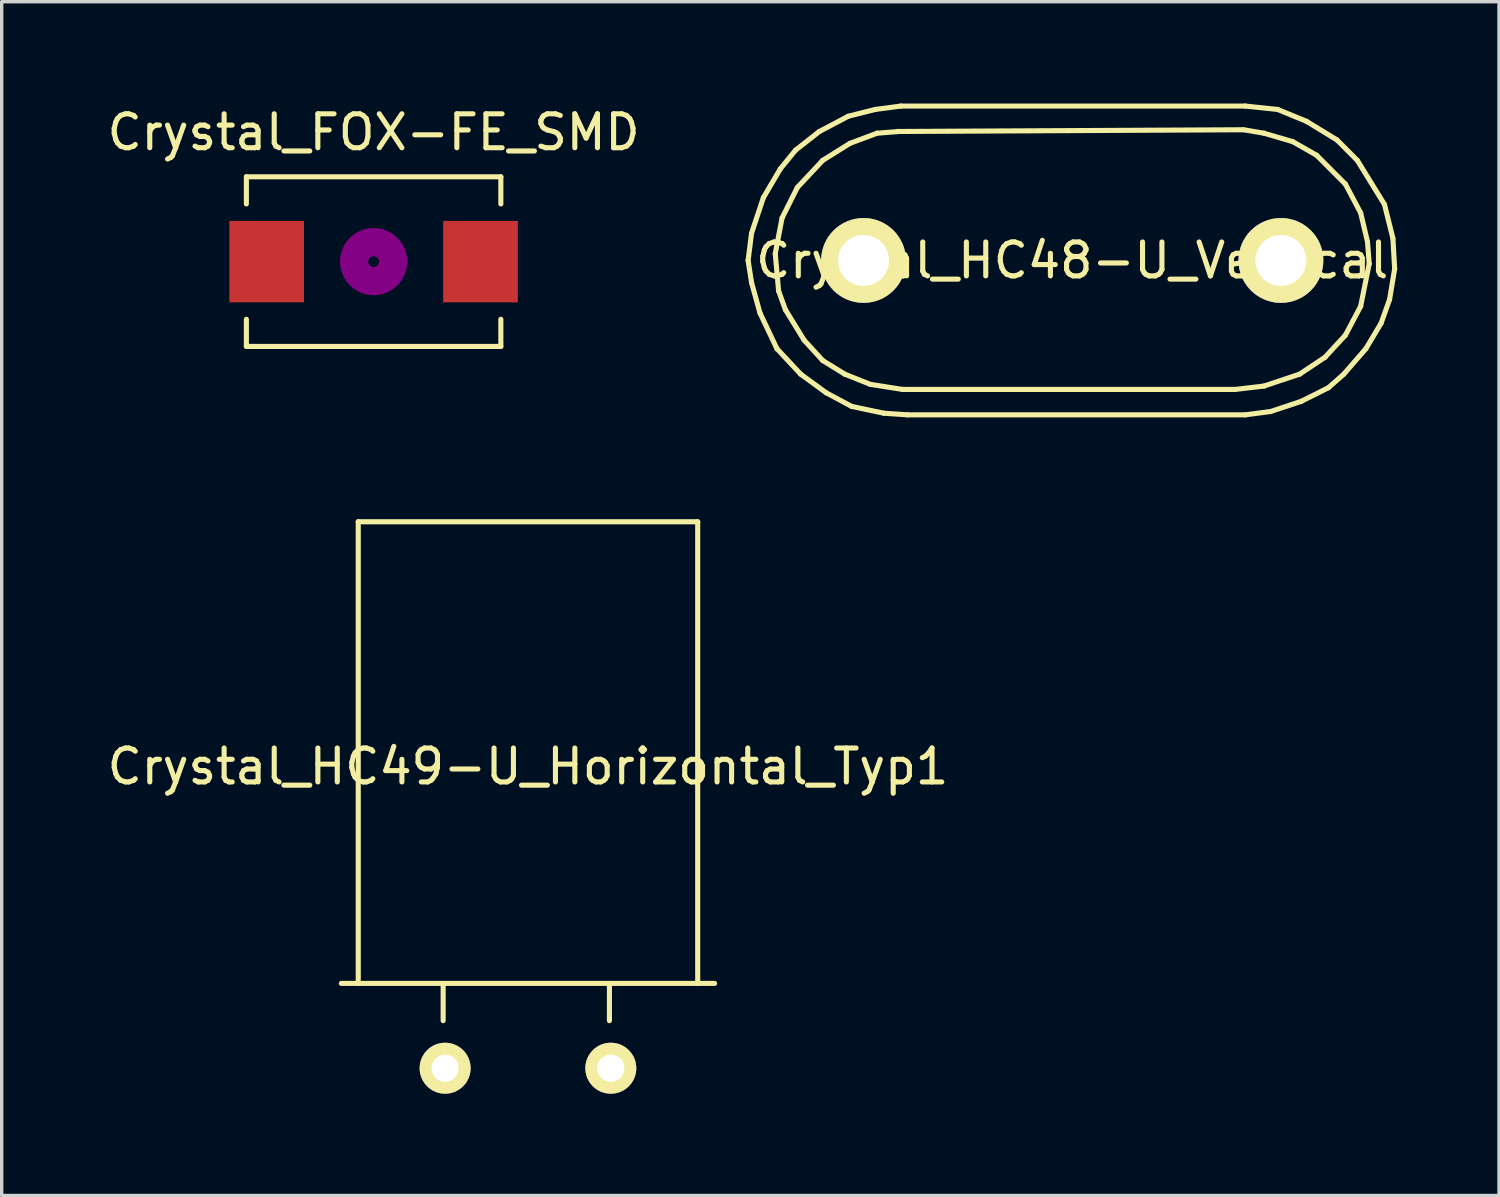
<source format=kicad_pcb>
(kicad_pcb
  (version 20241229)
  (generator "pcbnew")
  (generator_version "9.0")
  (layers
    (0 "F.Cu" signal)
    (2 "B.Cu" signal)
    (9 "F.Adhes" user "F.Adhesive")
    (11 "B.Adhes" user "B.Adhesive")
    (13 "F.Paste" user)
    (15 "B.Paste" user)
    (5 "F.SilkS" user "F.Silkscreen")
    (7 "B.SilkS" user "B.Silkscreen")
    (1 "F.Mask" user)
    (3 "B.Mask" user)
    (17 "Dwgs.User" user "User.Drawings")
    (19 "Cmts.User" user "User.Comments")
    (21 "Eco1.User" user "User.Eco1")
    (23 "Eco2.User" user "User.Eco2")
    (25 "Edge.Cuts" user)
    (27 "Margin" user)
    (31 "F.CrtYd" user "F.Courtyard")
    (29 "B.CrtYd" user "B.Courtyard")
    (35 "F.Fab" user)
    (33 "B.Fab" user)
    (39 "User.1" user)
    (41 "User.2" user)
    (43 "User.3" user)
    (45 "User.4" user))
  (footprint "Crystal_HC48-U_Vertical"
    (layer "F.Cu")
    (at 28.542 4.624)
    (property "Reference" "Crystal_HC48-U_Vertical" (at 0 0 0) (layer "F.SilkS") (effects (font (size 1 1) (thickness 0.15))))
    (attr through_hole)
    (fp_line (start -9.55 0) (end -9.449 -0.8) (stroke (width 0.15) (type solid)) (layer "F.SilkS"))
    (fp_line (start -9.449 -0.8) (end -9.101 -1.849) (stroke (width 0.15) (type solid)) (layer "F.SilkS"))
    (fp_line (start -9.449 0.65) (end -9.55 0) (stroke (width 0.15) (type solid)) (layer "F.SilkS"))
    (fp_line (start -9.2 1.549) (end -9.449 0.65) (stroke (width 0.15) (type solid)) (layer "F.SilkS"))
    (fp_line (start -9.101 -1.849) (end -8.6 -2.7) (stroke (width 0.15) (type solid)) (layer "F.SilkS"))
    (fp_line (start -8.75 -0.201) (end -8.55 -1.25) (stroke (width 0.15) (type solid)) (layer "F.SilkS"))
    (fp_line (start -8.7 2.601) (end -9.2 1.549) (stroke (width 0.15) (type solid)) (layer "F.SilkS"))
    (fp_line (start -8.651 0.899) (end -8.75 -0.201) (stroke (width 0.15) (type solid)) (layer "F.SilkS"))
    (fp_line (start -8.6 -2.7) (end -8.151 -3.251) (stroke (width 0.15) (type solid)) (layer "F.SilkS"))
    (fp_line (start -8.55 -1.25) (end -8.1 -2.149) (stroke (width 0.15) (type solid)) (layer "F.SilkS"))
    (fp_line (start -8.451 1.45) (end -8.651 0.899) (stroke (width 0.15) (type solid)) (layer "F.SilkS"))
    (fp_line (start -8.151 -3.251) (end -7.45 -3.8) (stroke (width 0.15) (type solid)) (layer "F.SilkS"))
    (fp_line (start -8.1 -2.149) (end -7.351 -2.949) (stroke (width 0.15) (type solid)) (layer "F.SilkS"))
    (fp_line (start -8.001 3.35) (end -8.7 2.601) (stroke (width 0.15) (type solid)) (layer "F.SilkS"))
    (fp_line (start -7.899 2.349) (end -8.451 1.45) (stroke (width 0.15) (type solid)) (layer "F.SilkS"))
    (fp_line (start -7.45 -3.8) (end -6.599 -4.249) (stroke (width 0.15) (type solid)) (layer "F.SilkS"))
    (fp_line (start -7.351 -2.949) (end -6.551 -3.449) (stroke (width 0.15) (type solid)) (layer "F.SilkS"))
    (fp_line (start -7.351 2.949) (end -7.899 2.349) (stroke (width 0.15) (type solid)) (layer "F.SilkS"))
    (fp_line (start -7.249 3.899) (end -8.001 3.35) (stroke (width 0.15) (type solid)) (layer "F.SilkS"))
    (fp_line (start -6.701 3.35) (end -7.351 2.949) (stroke (width 0.15) (type solid)) (layer "F.SilkS"))
    (fp_line (start -6.599 -4.249) (end -5.799 -4.45) (stroke (width 0.15) (type solid)) (layer "F.SilkS"))
    (fp_line (start -6.551 -3.449) (end -5.751 -3.749) (stroke (width 0.15) (type solid)) (layer "F.SilkS"))
    (fp_line (start -6.5 4.3) (end -7.249 3.899) (stroke (width 0.15) (type solid)) (layer "F.SilkS"))
    (fp_line (start -5.951 3.65) (end -6.701 3.35) (stroke (width 0.15) (type solid)) (layer "F.SilkS"))
    (fp_line (start -5.799 -4.45) (end -5.05 -4.549) (stroke (width 0.15) (type solid)) (layer "F.SilkS"))
    (fp_line (start -5.751 -3.749) (end -5.1 -3.8) (stroke (width 0.15) (type solid)) (layer "F.SilkS"))
    (fp_line (start -5.55 4.501) (end -6.5 4.3) (stroke (width 0.15) (type solid)) (layer "F.SilkS"))
    (fp_line (start -5.151 -3.8) (end 5.05 -3.851) (stroke (width 0.15) (type solid)) (layer "F.SilkS"))
    (fp_line (start -5.05 -4.549) (end 5.1 -4.549) (stroke (width 0.15) (type solid)) (layer "F.SilkS"))
    (fp_line (start -5.001 3.8) (end -5.951 3.65) (stroke (width 0.15) (type solid)) (layer "F.SilkS"))
    (fp_line (start -4.849 4.549) (end -5.55 4.501) (stroke (width 0.15) (type solid)) (layer "F.SilkS"))
    (fp_line (start 4.801 3.8) (end -5.001 3.8) (stroke (width 0.15) (type solid)) (layer "F.SilkS"))
    (fp_line (start 5.05 -3.851) (end 5.649 -3.749) (stroke (width 0.15) (type solid)) (layer "F.SilkS"))
    (fp_line (start 5.1 -4.549) (end 6.05 -4.45) (stroke (width 0.15) (type solid)) (layer "F.SilkS"))
    (fp_line (start 5.1 4.549) (end -4.849 4.549) (stroke (width 0.15) (type solid)) (layer "F.SilkS"))
    (fp_line (start 5.649 -3.749) (end 6.5 -3.5) (stroke (width 0.15) (type solid)) (layer "F.SilkS"))
    (fp_line (start 5.649 3.701) (end 4.801 3.8) (stroke (width 0.15) (type solid)) (layer "F.SilkS"))
    (fp_line (start 5.85 4.45) (end 5.1 4.549) (stroke (width 0.15) (type solid)) (layer "F.SilkS"))
    (fp_line (start 6.05 -4.45) (end 6.901 -4.1) (stroke (width 0.15) (type solid)) (layer "F.SilkS"))
    (fp_line (start 6.5 -3.5) (end 7.201 -3.099) (stroke (width 0.15) (type solid)) (layer "F.SilkS"))
    (fp_line (start 6.701 3.35) (end 5.649 3.701) (stroke (width 0.15) (type solid)) (layer "F.SilkS"))
    (fp_line (start 6.749 4.15) (end 5.85 4.45) (stroke (width 0.15) (type solid)) (layer "F.SilkS"))
    (fp_line (start 6.901 -4.1) (end 7.8 -3.551) (stroke (width 0.15) (type solid)) (layer "F.SilkS"))
    (fp_line (start 7.201 -3.099) (end 8.049 -2.25) (stroke (width 0.15) (type solid)) (layer "F.SilkS"))
    (fp_line (start 7.45 2.85) (end 6.701 3.35) (stroke (width 0.15) (type solid)) (layer "F.SilkS"))
    (fp_line (start 7.549 3.749) (end 6.749 4.15) (stroke (width 0.15) (type solid)) (layer "F.SilkS"))
    (fp_line (start 7.8 -3.551) (end 8.4 -2.949) (stroke (width 0.15) (type solid)) (layer "F.SilkS"))
    (fp_line (start 8.001 3.35) (end 7.549 3.749) (stroke (width 0.15) (type solid)) (layer "F.SilkS"))
    (fp_line (start 8.049 -2.25) (end 8.499 -1.4) (stroke (width 0.15) (type solid)) (layer "F.SilkS"))
    (fp_line (start 8.049 2.2) (end 7.45 2.85) (stroke (width 0.15) (type solid)) (layer "F.SilkS"))
    (fp_line (start 8.4 -2.949) (end 9.2 -1.651) (stroke (width 0.15) (type solid)) (layer "F.SilkS"))
    (fp_line (start 8.499 -1.4) (end 8.7 -0.551) (stroke (width 0.15) (type solid)) (layer "F.SilkS"))
    (fp_line (start 8.499 1.349) (end 8.049 2.2) (stroke (width 0.15) (type solid)) (layer "F.SilkS"))
    (fp_line (start 8.651 2.601) (end 8.001 3.35) (stroke (width 0.15) (type solid)) (layer "F.SilkS"))
    (fp_line (start 8.7 -0.551) (end 8.75 0.099) (stroke (width 0.15) (type solid)) (layer "F.SilkS"))
    (fp_line (start 8.75 0.099) (end 8.499 1.349) (stroke (width 0.15) (type solid)) (layer "F.SilkS"))
    (fp_line (start 9.101 1.849) (end 8.651 2.601) (stroke (width 0.15) (type solid)) (layer "F.SilkS"))
    (fp_line (start 9.2 -1.651) (end 9.449 -0.65) (stroke (width 0.15) (type solid)) (layer "F.SilkS"))
    (fp_line (start 9.35 1.151) (end 9.101 1.849) (stroke (width 0.15) (type solid)) (layer "F.SilkS"))
    (fp_line (start 9.449 -0.65) (end 9.5 0.249) (stroke (width 0.15) (type solid)) (layer "F.SilkS"))
    (fp_line (start 9.5 0.249) (end 9.35 1.151) (stroke (width 0.15) (type solid)) (layer "F.SilkS"))
    (pad "1" thru_hole circle (at -6.149 0) (size 2.499 2.499) (drill 1.501) (layers "*.Cu" "*.Mask" "F.SilkS"))
    (pad "2" thru_hole circle (at 6.149 0) (size 2.499 2.499) (drill 1.501) (layers "*.Cu" "*.Mask" "F.SilkS")))
  (footprint "Crystal_FOX-FE_SMD"
    (layer "F.Cu")
    (at 7.958 4.658)
    (property "Reference" "Crystal_FOX-FE_SMD" (at 0 -3.81 0) (layer "F.SilkS") (effects (font (size 1 1) (thickness 0.15))))
    (attr smd)
    (fp_line (start -3.749 -2.499) (end -3.749 -1.699) (stroke (width 0.15) (type solid)) (layer "F.SilkS"))
    (fp_line (start -3.749 2.499) (end -3.749 1.699) (stroke (width 0.15) (type solid)) (layer "F.SilkS"))
    (fp_line (start -3.749 2.499) (end 3.749 2.499) (stroke (width 0.15) (type solid)) (layer "F.SilkS"))
    (fp_line (start 3.749 -2.499) (end -3.749 -2.499) (stroke (width 0.15) (type solid)) (layer "F.SilkS"))
    (fp_line (start 3.749 -2.499) (end 3.749 -1.699) (stroke (width 0.15) (type solid)) (layer "F.SilkS"))
    (fp_line (start 3.749 2.499) (end 3.749 1.699) (stroke (width 0.15) (type solid)) (layer "F.SilkS"))
    (fp_circle (center 0 0) (end 0.15 -0.051) (stroke (width 0.381) (type solid)) (fill no) (layer "F.Adhes"))
    (fp_circle (center 0 0) (end 0.5 0) (stroke (width 0.381) (type solid)) (fill no) (layer "F.Adhes"))
    (fp_circle (center 0 0) (end 0.8 0) (stroke (width 0.381) (type solid)) (fill no) (layer "F.Adhes"))
    (pad "1" smd rect (at -3.15 0) (size 2.2 2.4) (layers "F.Cu" "F.Mask" "F.Paste"))
    (pad "2" smd rect (at 3.15 0) (size 2.2 2.4) (layers "F.Cu" "F.Mask" "F.Paste")))
  (footprint "Crystal_HC49-U_Horizontal_Typ1"
    (layer "F.Cu")
    (at 12.506 28.424)
    (property "Reference" "Crystal_HC49-U_Horizontal_Typ1" (at 0 -8.89 0) (layer "F.SilkS") (effects (font (size 1 1) (thickness 0.15))))
    (attr through_hole)
    (fp_line (start -5.499 -2.499) (end 5.499 -2.499) (stroke (width 0.15) (type solid)) (layer "F.SilkS"))
    (fp_line (start -5.001 -16.101) (end 5.001 -16.101) (stroke (width 0.15) (type solid)) (layer "F.SilkS"))
    (fp_line (start -5.001 -2.499) (end -5.001 -16.101) (stroke (width 0.15) (type solid)) (layer "F.SilkS"))
    (fp_line (start -2.499 -1.4) (end -2.499 -2.499) (stroke (width 0.15) (type solid)) (layer "F.SilkS"))
    (fp_line (start 2.4 -1.4) (end 2.4 -2.499) (stroke (width 0.15) (type solid)) (layer "F.SilkS"))
    (fp_line (start 5.001 -16.101) (end 5.001 -2.499) (stroke (width 0.15) (type solid)) (layer "F.SilkS"))
    (pad "1" thru_hole circle (at -2.441 0) (size 1.501 1.501) (drill 0.8) (layers "*.Cu" "*.Mask" "F.SilkS"))
    (pad "2" thru_hole circle (at 2.441 0) (size 1.501 1.501) (drill 0.8) (layers "*.Cu" "*.Mask" "F.SilkS")))
  (gr_rect
    (start -3 -3)
    (end 41.117 32.175)
    (stroke (width 0.1) (type default))
    (fill no)
    (layer "Edge.Cuts")))
</source>
